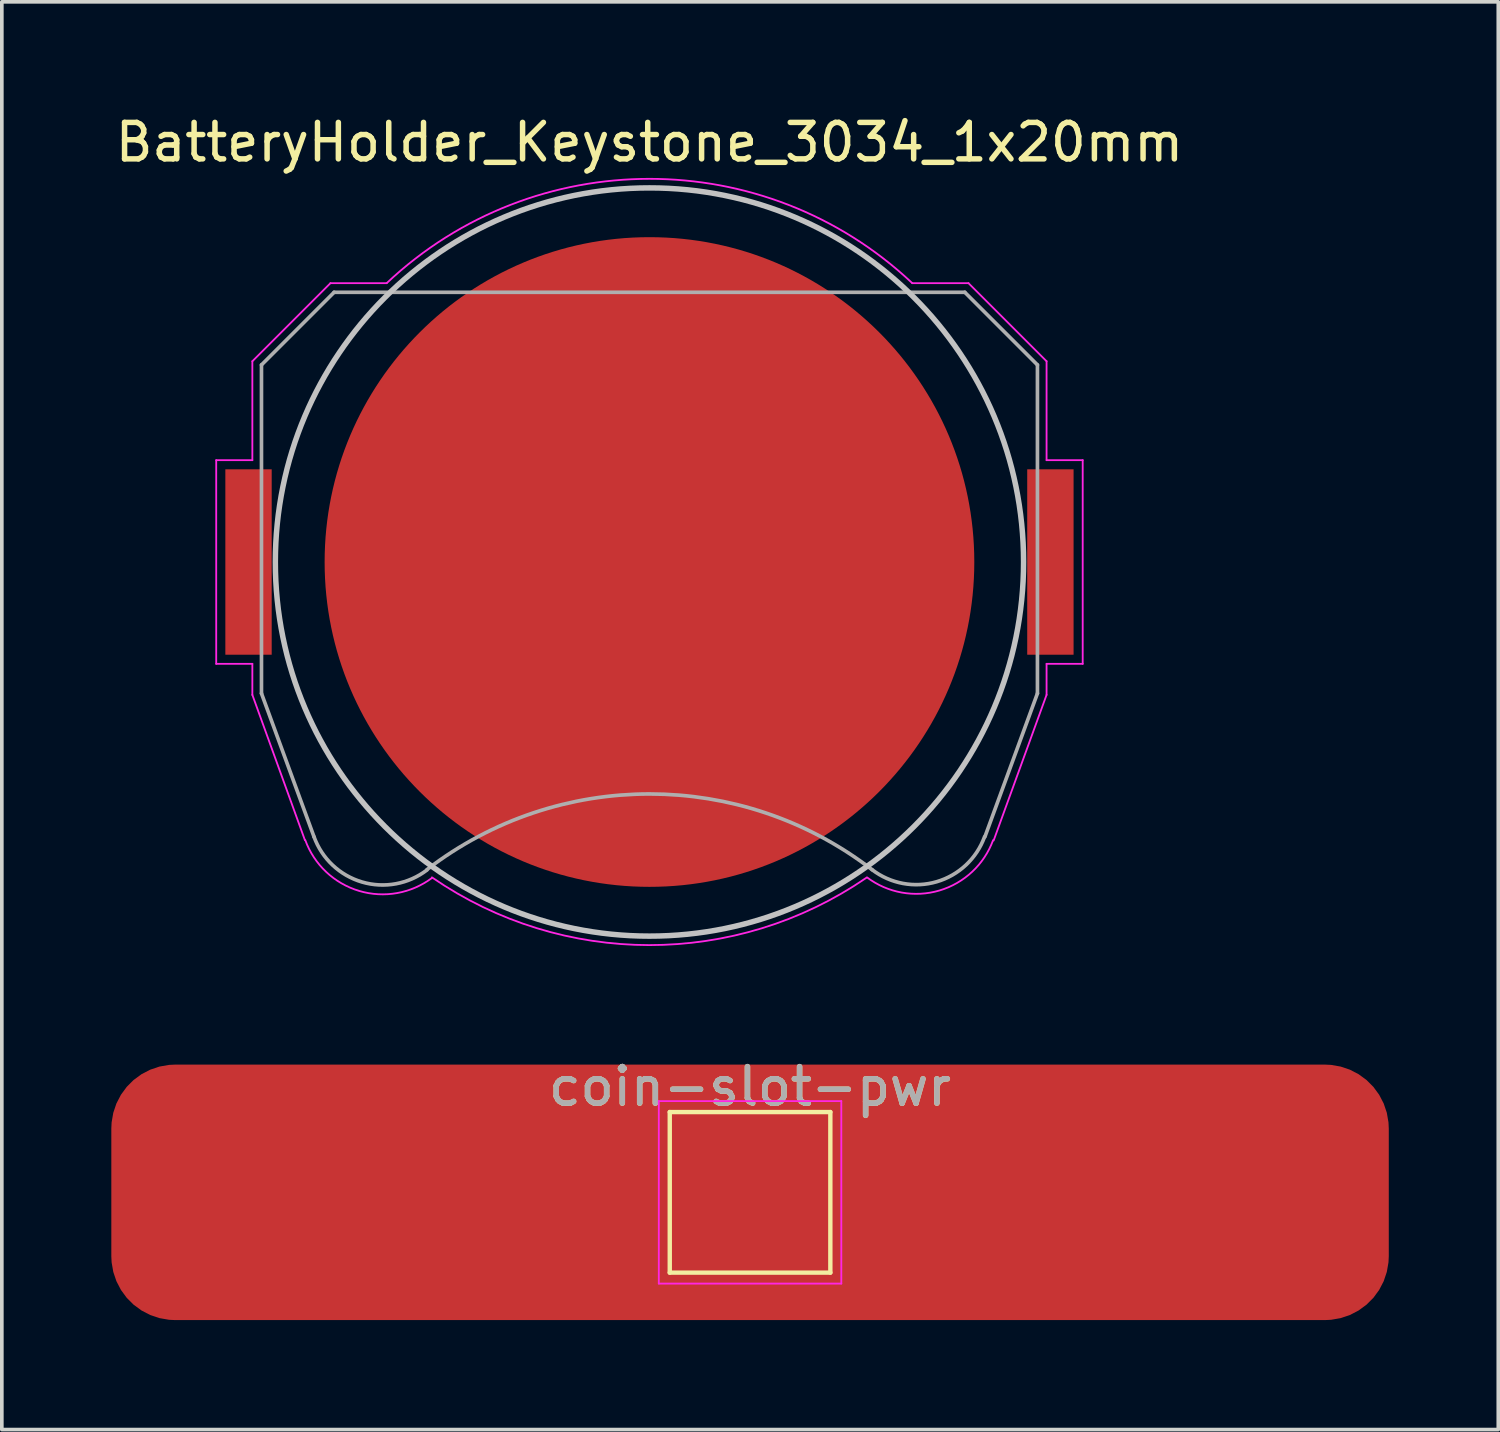
<source format=kicad_pcb>
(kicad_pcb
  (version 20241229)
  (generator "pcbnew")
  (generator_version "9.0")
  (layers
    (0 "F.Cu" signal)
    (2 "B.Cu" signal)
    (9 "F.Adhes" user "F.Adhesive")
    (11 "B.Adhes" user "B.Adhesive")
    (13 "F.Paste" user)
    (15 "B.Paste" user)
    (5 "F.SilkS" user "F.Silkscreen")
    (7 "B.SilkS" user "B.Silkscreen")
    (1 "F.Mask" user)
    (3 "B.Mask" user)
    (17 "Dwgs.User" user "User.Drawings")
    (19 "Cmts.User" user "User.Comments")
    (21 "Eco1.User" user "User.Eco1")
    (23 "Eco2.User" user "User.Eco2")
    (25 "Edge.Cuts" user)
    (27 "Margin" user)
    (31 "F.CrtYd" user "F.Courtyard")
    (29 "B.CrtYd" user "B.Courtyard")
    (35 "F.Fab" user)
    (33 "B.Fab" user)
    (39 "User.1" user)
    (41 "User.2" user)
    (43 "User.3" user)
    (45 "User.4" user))
  (footprint "coin-slot-pwr"
    (layer "F.Cu")
    (at 17.5 29.618)
    (property "Reference" "coin-slot-pwr" (at 0 -2.898 0) (layer "F.SilkS") (effects (font (size 1 1) (thickness 0.15))))
    (attr exclude_from_pos_files exclude_from_bom)
    (fp_line (start -2.2 -2.2) (end 2.2 -2.2) (stroke (width 0.12) (type solid)) (layer "F.SilkS"))
    (fp_line (start -2.2 2.2) (end -2.2 -2.2) (stroke (width 0.12) (type solid)) (layer "F.SilkS"))
    (fp_line (start 2.2 -2.2) (end 2.2 2.2) (stroke (width 0.12) (type solid)) (layer "F.SilkS"))
    (fp_line (start 2.2 2.2) (end -2.2 2.2) (stroke (width 0.12) (type solid)) (layer "F.SilkS"))
    (fp_line (start -2.5 -2.5) (end -2.5 2.5) (stroke (width 0.05) (type solid)) (layer "F.CrtYd"))
    (fp_line (start -2.5 -2.5) (end 2.5 -2.5) (stroke (width 0.05) (type solid)) (layer "F.CrtYd"))
    (fp_line (start 2.5 2.5) (end -2.5 2.5) (stroke (width 0.05) (type solid)) (layer "F.CrtYd"))
    (fp_line (start 2.5 2.5) (end 2.5 -2.5) (stroke (width 0.05) (type solid)) (layer "F.CrtYd"))
    (fp_text user "${REFERENCE}" (at 0 -2.9 0) (layer "F.Fab") (effects (font (size 1 1) (thickness 0.15))))
    (pad "1" smd roundrect (at 0 0) (size 35 7) (layers "F.Cu" "F.Mask") (roundrect_rratio 0.25)))
  (footprint "BatteryHolder_Keystone_3034_1x20mm"
    (layer "F.Cu")
    (at 14.744 12.348)
    (property "Reference" "BatteryHolder_Keystone_3034_1x20mm" (at 0 -11.5 0) (layer "F.SilkS") (effects (font (size 1 1) (thickness 0.15))))
    (attr smd)
    (fp_circle (center 0 0) (end 0 10.25) (stroke (width 0.15) (type solid)) (fill no) (layer "Dwgs.User"))
    (fp_line (start -11.87 -2.79) (end -11.87 2.79) (stroke (width 0.05) (type solid)) (layer "F.CrtYd"))
    (fp_line (start -11.87 2.79) (end -10.88 2.79) (stroke (width 0.05) (type solid)) (layer "F.CrtYd"))
    (fp_line (start -10.88 -5.5) (end -10.88 -2.79) (stroke (width 0.05) (type solid)) (layer "F.CrtYd"))
    (fp_line (start -10.88 -2.79) (end -11.87 -2.79) (stroke (width 0.05) (type solid)) (layer "F.CrtYd"))
    (fp_line (start -10.88 2.79) (end -10.88 3.64) (stroke (width 0.05) (type solid)) (layer "F.CrtYd"))
    (fp_line (start -10.88 3.64) (end -9.44 7.62) (stroke (width 0.05) (type solid)) (layer "F.CrtYd"))
    (fp_line (start -8.74 -7.64) (end -10.88 -5.5) (stroke (width 0.05) (type solid)) (layer "F.CrtYd"))
    (fp_line (start -7.2 -7.64) (end -8.74 -7.64) (stroke (width 0.05) (type solid)) (layer "F.CrtYd"))
    (fp_line (start 8.74 -7.64) (end 7.2 -7.64) (stroke (width 0.05) (type solid)) (layer "F.CrtYd"))
    (fp_line (start 9.43 7.63) (end 10.88 3.64) (stroke (width 0.05) (type solid)) (layer "F.CrtYd"))
    (fp_line (start 10.88 -5.5) (end 8.74 -7.64) (stroke (width 0.05) (type solid)) (layer "F.CrtYd"))
    (fp_line (start 10.88 -2.79) (end 10.88 -5.5) (stroke (width 0.05) (type solid)) (layer "F.CrtYd"))
    (fp_line (start 10.88 2.79) (end 11.87 2.79) (stroke (width 0.05) (type solid)) (layer "F.CrtYd"))
    (fp_line (start 10.88 3.64) (end 10.88 2.79) (stroke (width 0.05) (type solid)) (layer "F.CrtYd"))
    (fp_line (start 11.87 -2.79) (end 10.88 -2.79) (stroke (width 0.05) (type solid)) (layer "F.CrtYd"))
    (fp_line (start 11.87 2.79) (end 11.87 -2.79) (stroke (width 0.05) (type solid)) (layer "F.CrtYd"))
    (fp_arc (start -7.199546 -7.640427) (mid 0.000312 -10.498075) (end 7.2 -7.64) (stroke (width 0.05) (type solid)) (layer "F.CrtYd"))
    (fp_arc (start -5.956965 8.654604) (mid -7.953941 9.011629) (end -9.43 7.62) (stroke (width 0.05) (type solid)) (layer "F.CrtYd"))
    (fp_arc (start 5.945368 8.650075) (mid -0.008883 10.496243) (end -5.96 8.64) (stroke (width 0.05) (type solid)) (layer "F.CrtYd"))
    (fp_arc (start 9.415144 7.621341) (mid 7.944017 9.000493) (end 5.96 8.64) (stroke (width 0.05) (type solid)) (layer "F.CrtYd"))
    (fp_line (start -10.63 -5.4) (end -8.64 -7.39) (stroke (width 0.1) (type solid)) (layer "F.Fab"))
    (fp_line (start -10.63 3.6) (end -10.63 -5.4) (stroke (width 0.1) (type solid)) (layer "F.Fab"))
    (fp_line (start -9.19 7.53) (end -10.63 3.6) (stroke (width 0.1) (type solid)) (layer "F.Fab"))
    (fp_line (start -8.64 -7.39) (end 8.64 -7.39) (stroke (width 0.1) (type solid)) (layer "F.Fab"))
    (fp_line (start 8.64 -7.39) (end 10.63 -5.4) (stroke (width 0.1) (type solid)) (layer "F.Fab"))
    (fp_line (start 10.63 -5.4) (end 10.63 3.6) (stroke (width 0.1) (type solid)) (layer "F.Fab"))
    (fp_line (start 10.63 3.6) (end 9.19 7.53) (stroke (width 0.1) (type solid)) (layer "F.Fab"))
    (fp_arc (start -6.096146 8.438508) (mid -7.87328 8.768206) (end -9.19 7.53) (stroke (width 0.1) (type solid)) (layer "F.Fab"))
    (fp_arc (start -6.094852 8.426043) (mid 0.003247 6.355257) (end 6.1 8.43) (stroke (width 0.1) (type solid)) (layer "F.Fab"))
    (fp_arc (start 9.180727 7.528882) (mid 7.868698 8.760067) (end 6.1 8.43) (stroke (width 0.1) (type solid)) (layer "F.Fab"))
    (pad "1" smd rect (at -10.985 0) (size 1.27 5.08) (layers "F.Cu" "F.Mask" "F.Paste"))
    (pad "1" smd rect (at 10.985 0) (size 1.27 5.08) (layers "F.Cu" "F.Mask" "F.Paste"))
    (pad "2" smd circle (at 0 0) (size 17.8 17.8) (layers "F.Cu" "F.Mask")))
  (gr_rect
    (start -3 -3)
    (end 38 36.118)
    (stroke (width 0.1) (type default))
    (fill no)
    (layer "Edge.Cuts")))
</source>
